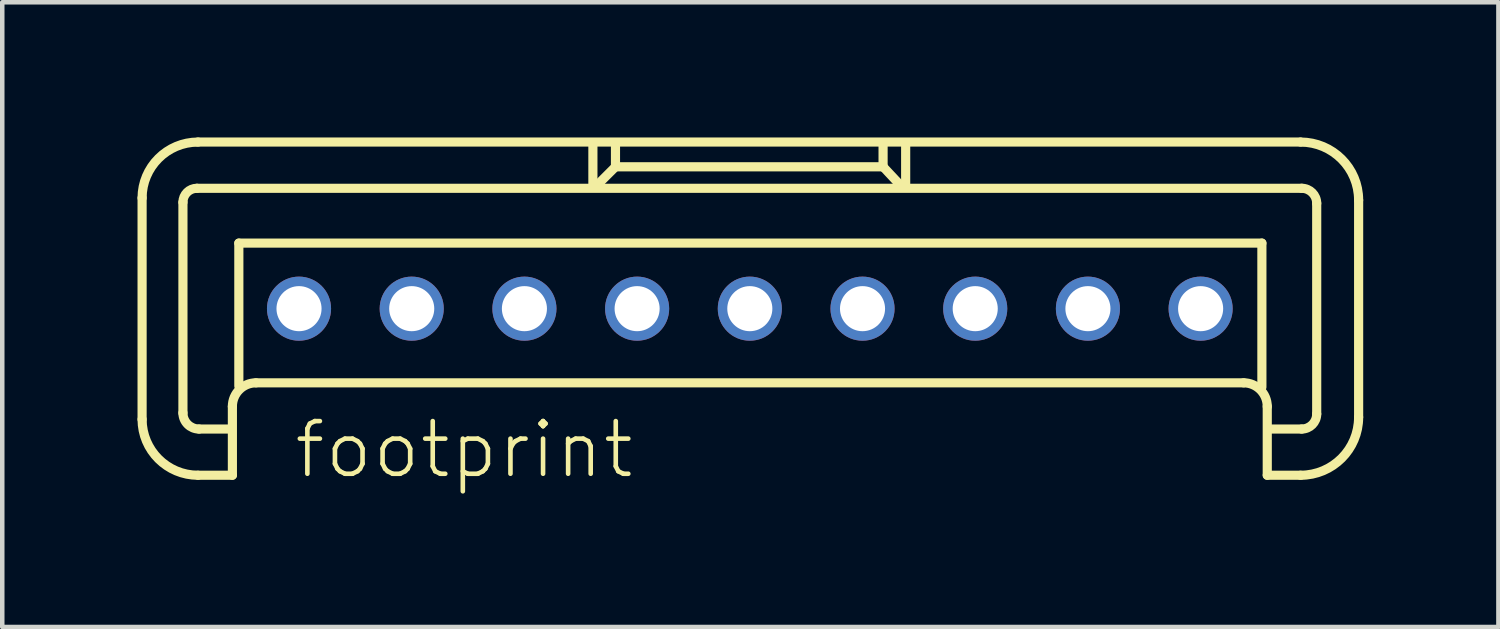
<source format=kicad_pcb>
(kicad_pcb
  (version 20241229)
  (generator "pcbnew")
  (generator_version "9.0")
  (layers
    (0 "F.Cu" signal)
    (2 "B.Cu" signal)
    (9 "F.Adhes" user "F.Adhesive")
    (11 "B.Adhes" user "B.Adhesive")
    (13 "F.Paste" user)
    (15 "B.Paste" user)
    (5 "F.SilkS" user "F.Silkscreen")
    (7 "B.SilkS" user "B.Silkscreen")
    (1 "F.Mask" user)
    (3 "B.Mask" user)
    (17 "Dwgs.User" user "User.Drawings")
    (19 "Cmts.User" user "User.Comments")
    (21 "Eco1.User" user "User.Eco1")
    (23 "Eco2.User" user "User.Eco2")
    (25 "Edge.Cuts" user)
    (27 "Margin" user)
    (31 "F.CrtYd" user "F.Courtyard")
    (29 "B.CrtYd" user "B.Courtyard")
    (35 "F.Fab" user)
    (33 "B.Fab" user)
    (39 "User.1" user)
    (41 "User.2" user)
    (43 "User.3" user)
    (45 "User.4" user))
  (footprint "footprint"
    (layer "F.Cu")
    (at 13.583 3.797)
    (property "Reference" "footprint" (at -10.16 3.81 0) (layer "F.SilkS") (effects (font (size 1.168 1.168) (thickness 0.102)) (justify left bottom)))
    (fp_line (start -13.481 2.456) (end -13.481 -2.456) (stroke (width 0.203) (type solid)) (layer "F.SilkS"))
    (fp_line (start -12.575 2.313) (end -12.575 -2.361) (stroke (width 0.203) (type solid)) (layer "F.SilkS"))
    (fp_line (start -12.265 -2.67) (end 12.241 -2.67) (stroke (width 0.203) (type solid)) (layer "F.SilkS"))
    (fp_line (start -12.241 -3.696) (end 12.217 -3.696) (stroke (width 0.203) (type solid)) (layer "F.SilkS"))
    (fp_line (start -11.502 2.67) (end -12.217 2.67) (stroke (width 0.203) (type solid)) (layer "F.SilkS"))
    (fp_line (start -11.478 2.17) (end -11.478 3.695) (stroke (width 0.203) (type solid)) (layer "F.SilkS"))
    (fp_line (start -11.478 3.695) (end -12.241 3.695) (stroke (width 0.203) (type solid)) (layer "F.SilkS"))
    (fp_line (start -11.335 -1.454) (end 11.359 -1.454) (stroke (width 0.203) (type solid)) (layer "F.SilkS"))
    (fp_line (start -11.335 1.716) (end -11.335 -1.454) (stroke (width 0.203) (type solid)) (layer "F.SilkS"))
    (fp_line (start -3.481 -3.648) (end -3.481 -2.742) (stroke (width 0.203) (type solid)) (layer "F.SilkS"))
    (fp_line (start -3.004 -3.123) (end -3.386 -2.742) (stroke (width 0.203) (type solid)) (layer "F.SilkS"))
    (fp_line (start -2.98 -3.147) (end -2.98 -3.624) (stroke (width 0.203) (type solid)) (layer "F.SilkS"))
    (fp_line (start 2.956 -3.672) (end 2.956 -3.147) (stroke (width 0.203) (type solid)) (layer "F.SilkS"))
    (fp_line (start 2.956 -3.147) (end -2.98 -3.147) (stroke (width 0.203) (type solid)) (layer "F.SilkS"))
    (fp_line (start 2.98 -3.123) (end 3.314 -2.766) (stroke (width 0.203) (type solid)) (layer "F.SilkS"))
    (fp_line (start 3.457 -3.624) (end 3.457 -2.742) (stroke (width 0.203) (type solid)) (layer "F.SilkS"))
    (fp_line (start 10.954 1.645) (end -10.954 1.645) (stroke (width 0.203) (type solid)) (layer "F.SilkS"))
    (fp_line (start 11.359 -1.454) (end 11.359 1.74) (stroke (width 0.203) (type solid)) (layer "F.SilkS"))
    (fp_line (start 11.478 3.695) (end 11.478 2.17) (stroke (width 0.203) (type solid)) (layer "F.SilkS"))
    (fp_line (start 12.217 3.695) (end 11.478 3.695) (stroke (width 0.203) (type solid)) (layer "F.SilkS"))
    (fp_line (start 12.241 2.67) (end 11.573 2.67) (stroke (width 0.203) (type solid)) (layer "F.SilkS"))
    (fp_line (start 12.575 -2.337) (end 12.575 2.336) (stroke (width 0.203) (type solid)) (layer "F.SilkS"))
    (fp_line (start 13.505 -2.408) (end 13.505 2.408) (stroke (width 0.203) (type solid)) (layer "F.SilkS"))
    (fp_arc (start -13.481 -2.4558) (mid -13.117871 -3.332471) (end -12.2412 -3.6956) (stroke (width 0.2032) (type solid)) (layer "F.SilkS"))
    (fp_arc (start -12.575 -2.3605) (mid -12.484232 -2.579632) (end -12.2651 -2.6704) (stroke (width 0.2032) (type solid)) (layer "F.SilkS"))
    (fp_arc (start -12.2412 3.6954) (mid -13.117871 3.332271) (end -13.481 2.4556) (stroke (width 0.2032) (type solid)) (layer "F.SilkS"))
    (fp_arc (start -12.2174 2.6702) (mid -12.470261 2.565461) (end -12.575 2.3126) (stroke (width 0.2032) (type solid)) (layer "F.SilkS"))
    (fp_arc (start -11.4783 2.1695) (mid -11.324678 1.798622) (end -10.9538 1.645) (stroke (width 0.2032) (type solid)) (layer "F.SilkS"))
    (fp_arc (start 10.9536 1.645) (mid 11.324478 1.798622) (end 11.4781 2.1695) (stroke (width 0.2032) (type solid)) (layer "F.SilkS"))
    (fp_arc (start 12.2172 -3.6956) (mid 13.1276 -3.3185) (end 13.5047 -2.4081) (stroke (width 0.2032) (type solid)) (layer "F.SilkS"))
    (fp_arc (start 12.2411 -2.6704) (mid 12.477132 -2.572632) (end 12.5749 -2.3366) (stroke (width 0.2032) (type solid)) (layer "F.SilkS"))
    (fp_arc (start 12.5749 2.3364) (mid 12.477132 2.572432) (end 12.2411 2.6702) (stroke (width 0.2032) (type solid)) (layer "F.SilkS"))
    (fp_arc (start 13.5047 2.4079) (mid 13.1276 3.3183) (end 12.2172 3.6954) (stroke (width 0.2032) (type solid)) (layer "F.SilkS"))
    (pad "1" thru_hole circle (at -10 0) (size 1.422 1.422) (drill 1) (layers "*.Cu" "*.Mask"))
    (pad "2" thru_hole circle (at -7.5 0) (size 1.422 1.422) (drill 1) (layers "*.Cu" "*.Mask"))
    (pad "3" thru_hole circle (at -5 0) (size 1.422 1.422) (drill 1) (layers "*.Cu" "*.Mask"))
    (pad "4" thru_hole circle (at -2.5 0) (size 1.422 1.422) (drill 1) (layers "*.Cu" "*.Mask"))
    (pad "5" thru_hole circle (at 0 0) (size 1.422 1.422) (drill 1) (layers "*.Cu" "*.Mask"))
    (pad "6" thru_hole circle (at 2.5 0) (size 1.422 1.422) (drill 1) (layers "*.Cu" "*.Mask"))
    (pad "7" thru_hole circle (at 5 0) (size 1.422 1.422) (drill 1) (layers "*.Cu" "*.Mask"))
    (pad "8" thru_hole circle (at 7.5 0) (size 1.422 1.422) (drill 1) (layers "*.Cu" "*.Mask"))
    (pad "9" thru_hole circle (at 10 0) (size 1.422 1.422) (drill 1) (layers "*.Cu" "*.Mask")))
  (gr_rect
    (start -3 -3)
    (end 30.189 10.858)
    (stroke (width 0.1) (type default))
    (fill no)
    (layer "Edge.Cuts")))
</source>
